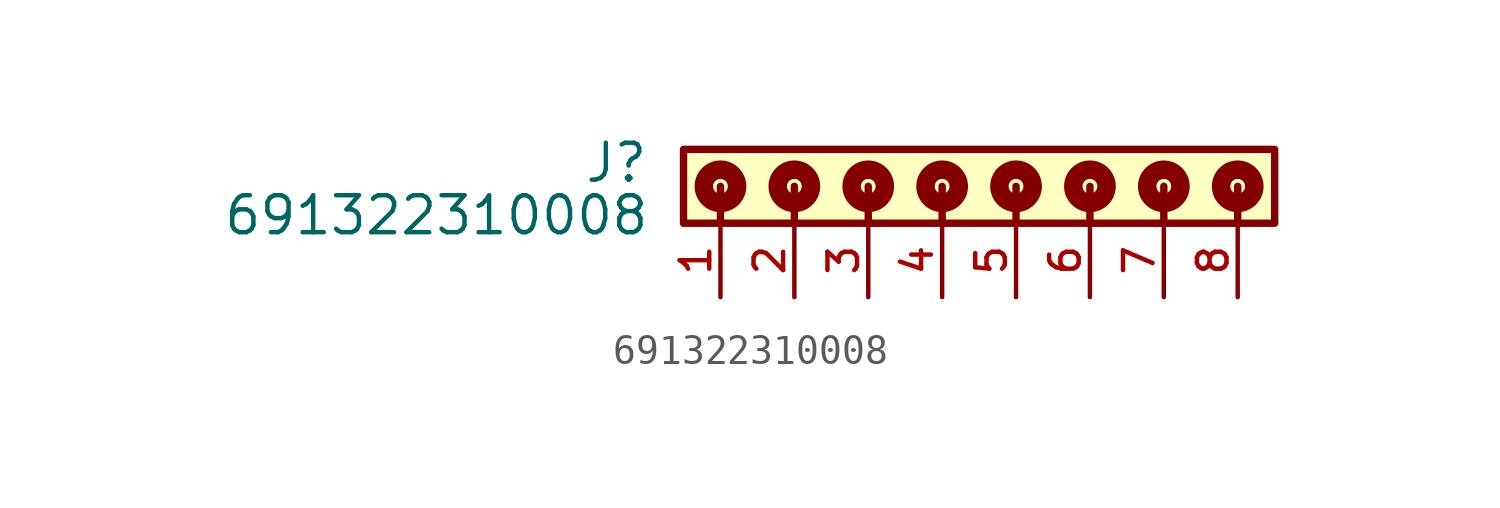
<source format=kicad_sym>
(kicad_symbol_lib
  (version 20211014)
  (generator kicad_symbol_editor)
  (symbol "691322310008"
    (pin_names
      (offset 1.016))
    (property "Reference" "J"
      (at -10.07 -1.205 0)
      (effects (font (size 1.27 1.27)) (justify bottom right)))
    (property "Value" "691322310008"
      (at -10.03 -3.01 0)
      (effects (font (size 1.27 1.27)) (justify bottom right)))
    (symbol "691322310008_0_0"
      (polyline (pts (xy -7.62 -1.27) (xy -7.62 -2.54)) (stroke (width 0.254)))
      (polyline (pts (xy -5.08 -1.27) (xy -5.08 -2.54)) (stroke (width 0.254)))
      (polyline (pts (xy -2.54 -1.27) (xy -2.54 -2.54)) (stroke (width 0.254)))
      (polyline (pts (xy 0.0 -1.27) (xy 0.0 -2.54)) (stroke (width 0.254)))
      (polyline (pts (xy 2.54 -1.27) (xy 2.54 -2.54)) (stroke (width 0.254)))
      (polyline (pts (xy 5.08 -1.27) (xy 5.08 -2.54)) (stroke (width 0.254)))
      (polyline (pts (xy 7.62 -1.27) (xy 7.62 -2.54)) (stroke (width 0.254)))
      (polyline (pts (xy 10.16 -1.27) (xy 10.16 -2.54)) (stroke (width 0.254)))
      (circle (center -7.62 -1.27) (radius 0.254) (stroke (width 0.635)) (fill (type none)))
      (circle (center -5.08 -1.27) (radius 0.254) (stroke (width 0.635)) (fill (type none)))
      (circle (center -2.54 -1.27) (radius 0.254) (stroke (width 0.635)) (fill (type none)))
      (circle (center 0.0 -1.27) (radius 0.254) (stroke (width 0.635)) (fill (type none)))
      (circle (center 2.54 -1.27) (radius 0.254) (stroke (width 0.635)) (fill (type none)))
      (circle (center 5.08 -1.27) (radius 0.254) (stroke (width 0.635)) (fill (type none)))
      (circle (center 7.62 -1.27) (radius 0.254) (stroke (width 0.635)) (fill (type none)))
      (circle (center 10.16 -1.27) (radius 0.254) (stroke (width 0.635)) (fill (type none)))
      (rectangle (start -8.89 -2.54) (end 11.43 0.0) (stroke (width 0.254)) (fill (type background)))
      (pin passive line (at -7.62 -5.08 90.0) (length 2.54) (name "~" (effects (font (size 1.016 1.016)))) (number "1" (effects (font (size 1.016 1.016)))))
      (pin passive line (at -5.08 -5.08 90.0) (length 2.54) (name "~" (effects (font (size 1.016 1.016)))) (number "2" (effects (font (size 1.016 1.016)))))
      (pin passive line (at -2.54 -5.08 90.0) (length 2.54) (name "~" (effects (font (size 1.016 1.016)))) (number "3" (effects (font (size 1.016 1.016)))))
      (pin passive line (at 0.0 -5.08 90.0) (length 2.54) (name "~" (effects (font (size 1.016 1.016)))) (number "4" (effects (font (size 1.016 1.016)))))
      (pin passive line (at 2.54 -5.08 90.0) (length 2.54) (name "~" (effects (font (size 1.016 1.016)))) (number "5" (effects (font (size 1.016 1.016)))))
      (pin passive line (at 5.08 -5.08 90.0) (length 2.54) (name "~" (effects (font (size 1.016 1.016)))) (number "6" (effects (font (size 1.016 1.016)))))
      (pin passive line (at 7.62 -5.08 90.0) (length 2.54) (name "~" (effects (font (size 1.016 1.016)))) (number "7" (effects (font (size 1.016 1.016)))))
      (pin passive line (at 10.16 -5.08 90.0) (length 2.54) (name "~" (effects (font (size 1.016 1.016)))) (number "8" (effects (font (size 1.016 1.016))))))))
</source>
